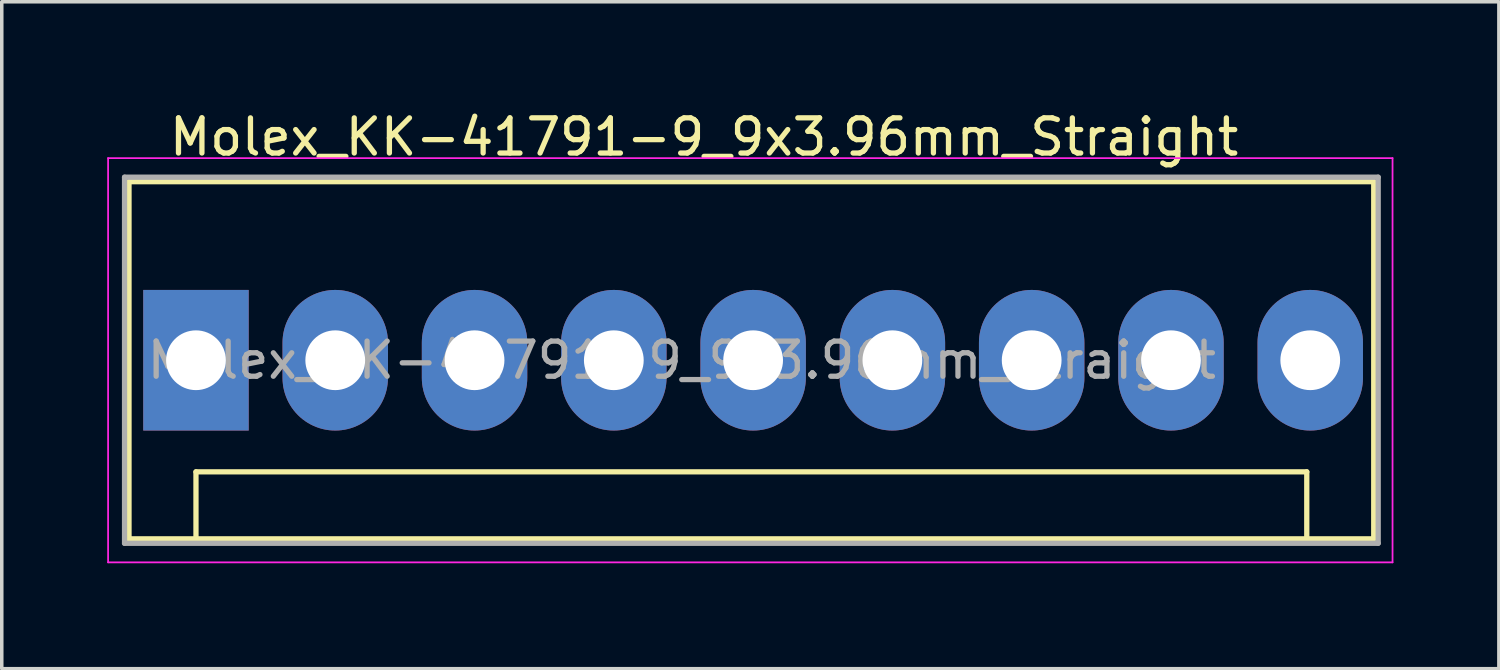
<source format=kicad_pcb>
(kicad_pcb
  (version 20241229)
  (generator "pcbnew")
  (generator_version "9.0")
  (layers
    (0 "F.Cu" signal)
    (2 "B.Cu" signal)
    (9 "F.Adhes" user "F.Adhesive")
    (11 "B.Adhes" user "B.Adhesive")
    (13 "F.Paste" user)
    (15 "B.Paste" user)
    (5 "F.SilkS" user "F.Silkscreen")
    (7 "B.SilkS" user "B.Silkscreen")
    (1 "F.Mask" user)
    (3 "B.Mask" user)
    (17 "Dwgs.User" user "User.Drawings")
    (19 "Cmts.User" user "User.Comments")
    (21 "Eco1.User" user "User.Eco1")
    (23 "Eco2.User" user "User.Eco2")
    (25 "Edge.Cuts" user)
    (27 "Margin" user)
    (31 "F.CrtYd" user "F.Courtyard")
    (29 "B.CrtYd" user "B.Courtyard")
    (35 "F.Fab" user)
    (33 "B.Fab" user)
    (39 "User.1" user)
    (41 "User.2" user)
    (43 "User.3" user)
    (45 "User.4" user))
  (footprint "Molex_KK-41791-9_9x3.96mm_Straight"
    (layer "F.Cu")
    (at 2.525 7.198)
    (property "Reference" "Molex_KK-41791-9_9x3.96mm_Straight" (at 14.455 -6.35 0) (layer "F.SilkS") (effects (font (size 1 1) (thickness 0.15))))
    (attr through_hole)
    (fp_line (start -1.905 -5.08) (end 33.505 -5.08) (stroke (width 0.15) (type solid)) (layer "F.SilkS"))
    (fp_line (start -1.905 5.08) (end -1.905 -5.08) (stroke (width 0.15) (type solid)) (layer "F.SilkS"))
    (fp_line (start 0 3.175) (end 31.6 3.175) (stroke (width 0.15) (type solid)) (layer "F.SilkS"))
    (fp_line (start 0 5.08) (end 0 3.175) (stroke (width 0.15) (type solid)) (layer "F.SilkS"))
    (fp_line (start 31.6 3.175) (end 31.6 5.08) (stroke (width 0.15) (type solid)) (layer "F.SilkS"))
    (fp_line (start 33.505 -5.08) (end 33.505 5.08) (stroke (width 0.15) (type solid)) (layer "F.SilkS"))
    (fp_line (start 33.505 5.08) (end -1.905 5.08) (stroke (width 0.15) (type solid)) (layer "F.SilkS"))
    (fp_line (start -2.5 -5.75) (end 34.04 -5.75) (stroke (width 0.05) (type solid)) (layer "F.CrtYd"))
    (fp_line (start -2.5 5.75) (end -2.5 -5.75) (stroke (width 0.05) (type solid)) (layer "F.CrtYd"))
    (fp_line (start 34.04 -5.75) (end 34.04 5.75) (stroke (width 0.05) (type solid)) (layer "F.CrtYd"))
    (fp_line (start 34.04 5.75) (end -2.5 5.75) (stroke (width 0.05) (type solid)) (layer "F.CrtYd"))
    (fp_line (start -2.032 -5.207) (end 33.632 -5.207) (stroke (width 0.15) (type solid)) (layer "F.Fab"))
    (fp_line (start -2.032 5.207) (end -2.032 -5.207) (stroke (width 0.15) (type solid)) (layer "F.Fab"))
    (fp_line (start 33.632 -5.207) (end 33.632 5.207) (stroke (width 0.15) (type solid)) (layer "F.Fab"))
    (fp_line (start 33.632 5.207) (end -2.032 5.207) (stroke (width 0.15) (type solid)) (layer "F.Fab"))
    (fp_text user "${REFERENCE}" (at 13.82 0 0) (layer "F.Fab") (effects (font (size 1 1) (thickness 0.15))))
    (pad "1" thru_hole rect (at 0 0) (size 3 4) (drill 1.7) (layers "*.Cu" "*.Mask"))
    (pad "2" thru_hole oval (at 3.962 0) (size 3 4) (drill 1.7) (layers "*.Cu" "*.Mask"))
    (pad "3" thru_hole oval (at 7.925 0) (size 3 4) (drill 1.7) (layers "*.Cu" "*.Mask"))
    (pad "4" thru_hole oval (at 11.887 0) (size 3 4) (drill 1.7) (layers "*.Cu" "*.Mask"))
    (pad "5" thru_hole oval (at 15.85 0) (size 3 4) (drill 1.7) (layers "*.Cu" "*.Mask"))
    (pad "6" thru_hole oval (at 19.812 0) (size 3 4) (drill 1.7) (layers "*.Cu" "*.Mask"))
    (pad "7" thru_hole oval (at 23.774 0) (size 3 4) (drill 1.7) (layers "*.Cu" "*.Mask"))
    (pad "8" thru_hole oval (at 27.737 0) (size 3 4) (drill 1.7) (layers "*.Cu" "*.Mask"))
    (pad "9" thru_hole oval (at 31.699 0) (size 3 4) (drill 1.7) (layers "*.Cu" "*.Mask")))
  (gr_rect
    (start -3 -3)
    (end 39.59 15.973)
    (stroke (width 0.1) (type default))
    (fill no)
    (layer "Edge.Cuts")))
</source>
